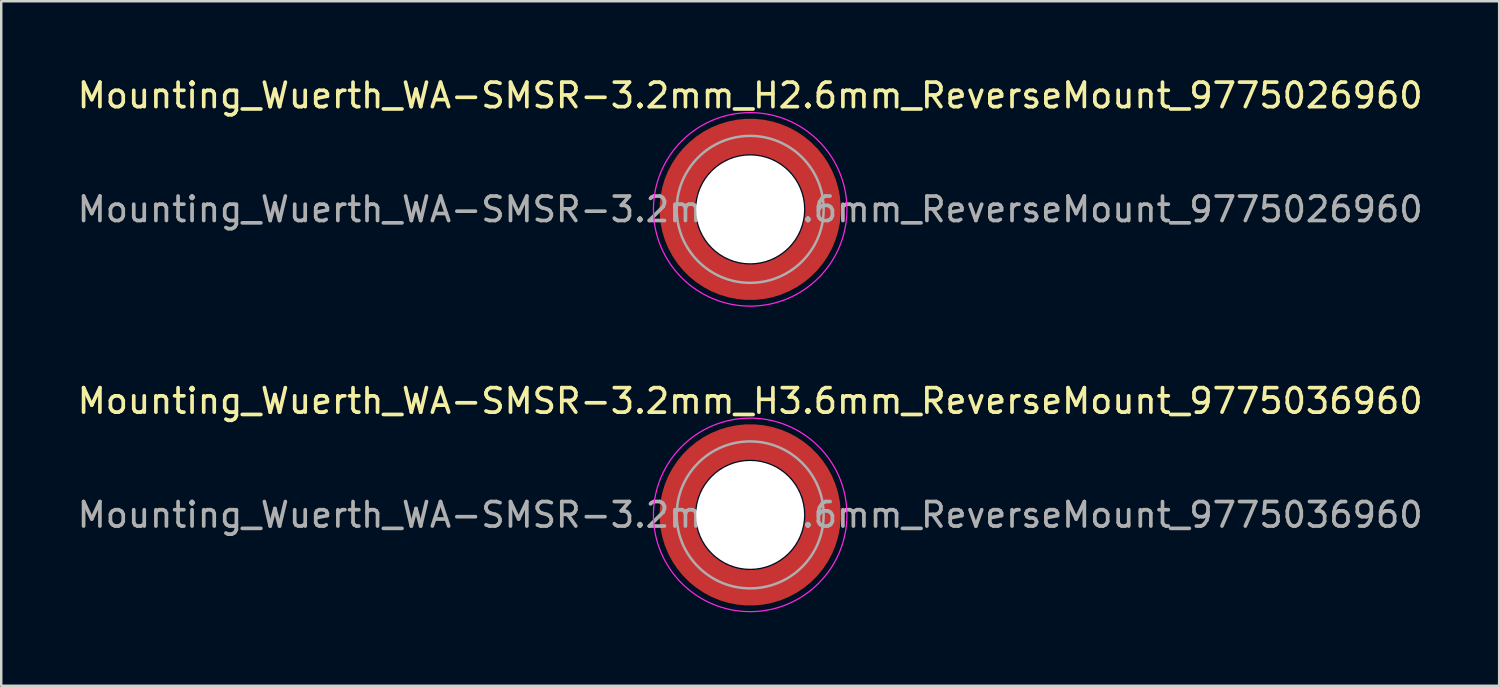
<source format=kicad_pcb>
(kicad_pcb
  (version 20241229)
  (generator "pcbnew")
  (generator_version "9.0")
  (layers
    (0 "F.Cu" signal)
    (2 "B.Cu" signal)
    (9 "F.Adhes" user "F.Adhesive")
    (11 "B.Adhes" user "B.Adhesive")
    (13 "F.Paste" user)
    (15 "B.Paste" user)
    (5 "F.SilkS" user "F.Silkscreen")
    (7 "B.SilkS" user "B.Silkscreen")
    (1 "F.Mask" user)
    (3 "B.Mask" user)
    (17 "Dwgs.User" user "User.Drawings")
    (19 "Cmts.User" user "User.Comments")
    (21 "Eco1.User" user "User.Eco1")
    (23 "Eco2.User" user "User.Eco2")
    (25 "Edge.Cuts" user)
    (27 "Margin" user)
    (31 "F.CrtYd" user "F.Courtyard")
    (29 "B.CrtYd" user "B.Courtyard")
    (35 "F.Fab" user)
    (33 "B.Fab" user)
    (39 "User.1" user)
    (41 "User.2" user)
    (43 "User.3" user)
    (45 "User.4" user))
  (footprint "Mounting_Wuerth_WA-SMSR-3.2mm_H3.6mm_ReverseMount_9775036960"
    (layer "F.Cu")
    (at 27.577 17.971)
    (property "Reference" "Mounting_Wuerth_WA-SMSR-3.2mm_H3.6mm_ReverseMount_9775036960" (at 0 -4.65 0) (layer "F.SilkS") (effects (font (size 1 1) (thickness 0.15))))
    (attr smd allow_soldermask_bridges)
    (fp_circle (center 0 0) (end 3.95 0) (stroke (width 0.05) (type solid)) (fill no) (layer "F.CrtYd"))
    (fp_circle (center 0 0) (end 3 0) (stroke (width 0.1) (type solid)) (fill no) (layer "F.Fab"))
    (fp_text user "${REFERENCE}" (at 0 0 0) (layer "F.Fab") (effects (font (size 1 1) (thickness 0.15))))
    (pad "" smd custom (at -2.095 -2.095) (size 0.672 0.672) (layers "F.Paste") (options (anchor circle)) (primitives (gr_arc (start -0.24231 1.594804) (mid 0.404819 0.404819) (end 1.594804 -0.24231) (width 0.2)) (gr_arc (start -0.3398 1.594804) (mid 0.337349 0.337349) (end 1.594804 -0.3398) (width 0.2)) (gr_arc (start -0.437132 1.594804) (mid 0.269879 0.269879) (end 1.594804 -0.437132) (width 0.2)) (gr_arc (start -0.534324 1.594804) (mid 0.202409 0.202409) (end 1.594804 -0.534324) (width 0.2)) (gr_arc (start -0.631391 1.594804) (mid 0.13494 0.13494) (end 1.594804 -0.631391) (width 0.2)) (gr_arc (start -0.728345 1.594804) (mid 0.06747 0.06747) (end 1.594804 -0.728345) (width 0.2)) (gr_arc (start -0.825197 1.594804) (mid 0 0) (end 1.594804 -0.825197) (width 0.2)) (gr_arc (start -0.921958 1.594804) (mid -0.06747 -0.06747) (end 1.594804 -0.921958) (width 0.2)) (gr_arc (start -1.018637 1.594804) (mid -0.13494 -0.13494) (end 1.594804 -1.018637) (width 0.2)) (gr_arc (start -1.115239 1.594804) (mid -0.202409 -0.202409) (end 1.594804 -1.115239) (width 0.2)) (gr_arc (start -1.211773 1.594804) (mid -0.269879 -0.269879) (end 1.594804 -1.211773) (width 0.2)) (gr_arc (start -1.308244 1.594804) (mid -0.337349 -0.337349) (end 1.594804 -1.308244) (width 0.2)) (gr_arc (start -1.404657 1.594804) (mid -0.404819 -0.404819) (end 1.594804 -1.404657) (width 0.2)) (gr_arc (start -1.404657 1.594804) (mid -0.404819 -0.404819) (end 1.594804 -1.404657) (width 0.2)) (gr_line (start 1.595 -0.242) (end 1.595 -1.405) (width 0.2)) (gr_line (start -0.242 1.595) (end -1.405 1.595) (width 0.2))))
    (pad "" smd custom (at -2.095 2.095) (size 0.672 0.672) (layers "F.Paste") (options (anchor circle)) (primitives (gr_arc (start 1.594804 0.24231) (mid 0.404819 -0.404819) (end -0.24231 -1.594804) (width 0.2)) (gr_arc (start 1.594804 0.3398) (mid 0.337349 -0.337349) (end -0.3398 -1.594804) (width 0.2)) (gr_arc (start 1.594804 0.437132) (mid 0.269879 -0.269879) (end -0.437132 -1.594804) (width 0.2)) (gr_arc (start 1.594804 0.534324) (mid 0.202409 -0.202409) (end -0.534324 -1.594804) (width 0.2)) (gr_arc (start 1.594804 0.631391) (mid 0.13494 -0.13494) (end -0.631391 -1.594804) (width 0.2)) (gr_arc (start 1.594804 0.728345) (mid 0.06747 -0.06747) (end -0.728345 -1.594804) (width 0.2)) (gr_arc (start 1.594804 0.825197) (mid 0 0) (end -0.825197 -1.594804) (width 0.2)) (gr_arc (start 1.594804 0.921958) (mid -0.06747 0.06747) (end -0.921958 -1.594804) (width 0.2)) (gr_arc (start 1.594804 1.018637) (mid -0.13494 0.13494) (end -1.018637 -1.594804) (width 0.2)) (gr_arc (start 1.594804 1.115239) (mid -0.202409 0.202409) (end -1.115239 -1.594804) (width 0.2)) (gr_arc (start 1.594804 1.211773) (mid -0.269879 0.269879) (end -1.211773 -1.594804) (width 0.2)) (gr_arc (start 1.594804 1.308244) (mid -0.337349 0.337349) (end -1.308244 -1.594804) (width 0.2)) (gr_arc (start 1.594804 1.404657) (mid -0.404819 0.404819) (end -1.404657 -1.594804) (width 0.2)) (gr_arc (start 1.594804 1.404657) (mid -0.404819 0.404819) (end -1.404657 -1.594804) (width 0.2)) (gr_line (start -0.242 -1.595) (end -1.405 -1.595) (width 0.2)) (gr_line (start 1.595 0.242) (end 1.595 1.405) (width 0.2))))
    (pad "" np_thru_hole circle (at 0 0) (size 4.4 4.4) (drill 4.4) (layers "*.Cu" "*.Mask"))
    (pad "" smd custom (at 2.095 -2.095) (size 0.672 0.672) (layers "F.Paste") (options (anchor circle)) (primitives (gr_arc (start -1.594804 -0.24231) (mid -0.404819 0.404819) (end 0.24231 1.594804) (width 0.2)) (gr_arc (start -1.594804 -0.3398) (mid -0.337349 0.337349) (end 0.3398 1.594804) (width 0.2)) (gr_arc (start -1.594804 -0.437132) (mid -0.269879 0.269879) (end 0.437132 1.594804) (width 0.2)) (gr_arc (start -1.594804 -0.534324) (mid -0.202409 0.202409) (end 0.534324 1.594804) (width 0.2)) (gr_arc (start -1.594804 -0.631391) (mid -0.13494 0.13494) (end 0.631391 1.594804) (width 0.2)) (gr_arc (start -1.594804 -0.728345) (mid -0.06747 0.06747) (end 0.728345 1.594804) (width 0.2)) (gr_arc (start -1.594804 -0.825197) (mid 0 0) (end 0.825197 1.594804) (width 0.2)) (gr_arc (start -1.594804 -0.921958) (mid 0.06747 -0.06747) (end 0.921958 1.594804) (width 0.2)) (gr_arc (start -1.594804 -1.018637) (mid 0.13494 -0.13494) (end 1.018637 1.594804) (width 0.2)) (gr_arc (start -1.594804 -1.115239) (mid 0.202409 -0.202409) (end 1.115239 1.594804) (width 0.2)) (gr_arc (start -1.594804 -1.211773) (mid 0.269879 -0.269879) (end 1.211773 1.594804) (width 0.2)) (gr_arc (start -1.594804 -1.308244) (mid 0.337349 -0.337349) (end 1.308244 1.594804) (width 0.2)) (gr_arc (start -1.594804 -1.404657) (mid 0.404819 -0.404819) (end 1.404657 1.594804) (width 0.2)) (gr_arc (start -1.594804 -1.404657) (mid 0.404819 -0.404819) (end 1.404657 1.594804) (width 0.2)) (gr_line (start 0.242 1.595) (end 1.405 1.595) (width 0.2)) (gr_line (start -1.595 -0.242) (end -1.595 -1.405) (width 0.2))))
    (pad "" smd custom (at 2.095 2.095) (size 0.672 0.672) (layers "F.Paste") (options (anchor circle)) (primitives (gr_arc (start 0.24231 -1.594804) (mid -0.404819 -0.404819) (end -1.594804 0.24231) (width 0.2)) (gr_arc (start 0.3398 -1.594804) (mid -0.337349 -0.337349) (end -1.594804 0.3398) (width 0.2)) (gr_arc (start 0.437132 -1.594804) (mid -0.269879 -0.269879) (end -1.594804 0.437132) (width 0.2)) (gr_arc (start 0.534324 -1.594804) (mid -0.202409 -0.202409) (end -1.594804 0.534324) (width 0.2)) (gr_arc (start 0.631391 -1.594804) (mid -0.13494 -0.13494) (end -1.594804 0.631391) (width 0.2)) (gr_arc (start 0.728345 -1.594804) (mid -0.06747 -0.06747) (end -1.594804 0.728345) (width 0.2)) (gr_arc (start 0.825197 -1.594804) (mid 0 0) (end -1.594804 0.825197) (width 0.2)) (gr_arc (start 0.921958 -1.594804) (mid 0.06747 0.06747) (end -1.594804 0.921958) (width 0.2)) (gr_arc (start 1.018637 -1.594804) (mid 0.13494 0.13494) (end -1.594804 1.018637) (width 0.2)) (gr_arc (start 1.115239 -1.594804) (mid 0.202409 0.202409) (end -1.594804 1.115239) (width 0.2)) (gr_arc (start 1.211773 -1.594804) (mid 0.269879 0.269879) (end -1.594804 1.211773) (width 0.2)) (gr_arc (start 1.308244 -1.594804) (mid 0.337349 0.337349) (end -1.594804 1.308244) (width 0.2)) (gr_arc (start 1.404657 -1.594804) (mid 0.404819 0.404819) (end -1.594804 1.404657) (width 0.2)) (gr_arc (start 1.404657 -1.594804) (mid 0.404819 0.404819) (end -1.594804 1.404657) (width 0.2)) (gr_line (start -1.595 0.242) (end -1.595 1.405) (width 0.2)) (gr_line (start 0.242 -1.595) (end 1.405 -1.595) (width 0.2))))
    (pad "1" smd circle (at -2.975 0) (size 0.942 0.942) (layers "F.Cu"))
    (pad "1" smd circle (at 0 -2.975) (size 0.942 0.942) (layers "F.Cu"))
    (pad "1" smd circle (at 0 2.975) (size 0.942 0.942) (layers "F.Cu"))
    (pad "1" smd custom (at 2.975 0) (size 1.45 1.45) (layers "F.Cu" "F.Mask") (options (anchor circle)) (primitives (gr_circle (center -2.975 0) (end 0 0) (width 1.45) (fill no)))))
  (footprint "Mounting_Wuerth_WA-SMSR-3.2mm_H2.6mm_ReverseMount_9775026960"
    (layer "F.Cu")
    (at 27.577 5.498)
    (property "Reference" "Mounting_Wuerth_WA-SMSR-3.2mm_H2.6mm_ReverseMount_9775026960" (at 0 -4.65 0) (layer "F.SilkS") (effects (font (size 1 1) (thickness 0.15))))
    (attr smd allow_soldermask_bridges)
    (fp_circle (center 0 0) (end 3.95 0) (stroke (width 0.05) (type solid)) (fill no) (layer "F.CrtYd"))
    (fp_circle (center 0 0) (end 3 0) (stroke (width 0.1) (type solid)) (fill no) (layer "F.Fab"))
    (fp_text user "${REFERENCE}" (at 0 0 0) (layer "F.Fab") (effects (font (size 1 1) (thickness 0.15))))
    (pad "" smd custom (at -2.095 -2.095) (size 0.672 0.672) (layers "F.Paste") (options (anchor circle)) (primitives (gr_arc (start -0.24231 1.594804) (mid 0.404819 0.404819) (end 1.594804 -0.24231) (width 0.2)) (gr_arc (start -0.3398 1.594804) (mid 0.337349 0.337349) (end 1.594804 -0.3398) (width 0.2)) (gr_arc (start -0.437132 1.594804) (mid 0.269879 0.269879) (end 1.594804 -0.437132) (width 0.2)) (gr_arc (start -0.534324 1.594804) (mid 0.202409 0.202409) (end 1.594804 -0.534324) (width 0.2)) (gr_arc (start -0.631391 1.594804) (mid 0.13494 0.13494) (end 1.594804 -0.631391) (width 0.2)) (gr_arc (start -0.728345 1.594804) (mid 0.06747 0.06747) (end 1.594804 -0.728345) (width 0.2)) (gr_arc (start -0.825197 1.594804) (mid 0 0) (end 1.594804 -0.825197) (width 0.2)) (gr_arc (start -0.921958 1.594804) (mid -0.06747 -0.06747) (end 1.594804 -0.921958) (width 0.2)) (gr_arc (start -1.018637 1.594804) (mid -0.13494 -0.13494) (end 1.594804 -1.018637) (width 0.2)) (gr_arc (start -1.115239 1.594804) (mid -0.202409 -0.202409) (end 1.594804 -1.115239) (width 0.2)) (gr_arc (start -1.211773 1.594804) (mid -0.269879 -0.269879) (end 1.594804 -1.211773) (width 0.2)) (gr_arc (start -1.308244 1.594804) (mid -0.337349 -0.337349) (end 1.594804 -1.308244) (width 0.2)) (gr_arc (start -1.404657 1.594804) (mid -0.404819 -0.404819) (end 1.594804 -1.404657) (width 0.2)) (gr_arc (start -1.404657 1.594804) (mid -0.404819 -0.404819) (end 1.594804 -1.404657) (width 0.2)) (gr_line (start 1.595 -0.242) (end 1.595 -1.405) (width 0.2)) (gr_line (start -0.242 1.595) (end -1.405 1.595) (width 0.2))))
    (pad "" smd custom (at -2.095 2.095) (size 0.672 0.672) (layers "F.Paste") (options (anchor circle)) (primitives (gr_arc (start 1.594804 0.24231) (mid 0.404819 -0.404819) (end -0.24231 -1.594804) (width 0.2)) (gr_arc (start 1.594804 0.3398) (mid 0.337349 -0.337349) (end -0.3398 -1.594804) (width 0.2)) (gr_arc (start 1.594804 0.437132) (mid 0.269879 -0.269879) (end -0.437132 -1.594804) (width 0.2)) (gr_arc (start 1.594804 0.534324) (mid 0.202409 -0.202409) (end -0.534324 -1.594804) (width 0.2)) (gr_arc (start 1.594804 0.631391) (mid 0.13494 -0.13494) (end -0.631391 -1.594804) (width 0.2)) (gr_arc (start 1.594804 0.728345) (mid 0.06747 -0.06747) (end -0.728345 -1.594804) (width 0.2)) (gr_arc (start 1.594804 0.825197) (mid 0 0) (end -0.825197 -1.594804) (width 0.2)) (gr_arc (start 1.594804 0.921958) (mid -0.06747 0.06747) (end -0.921958 -1.594804) (width 0.2)) (gr_arc (start 1.594804 1.018637) (mid -0.13494 0.13494) (end -1.018637 -1.594804) (width 0.2)) (gr_arc (start 1.594804 1.115239) (mid -0.202409 0.202409) (end -1.115239 -1.594804) (width 0.2)) (gr_arc (start 1.594804 1.211773) (mid -0.269879 0.269879) (end -1.211773 -1.594804) (width 0.2)) (gr_arc (start 1.594804 1.308244) (mid -0.337349 0.337349) (end -1.308244 -1.594804) (width 0.2)) (gr_arc (start 1.594804 1.404657) (mid -0.404819 0.404819) (end -1.404657 -1.594804) (width 0.2)) (gr_arc (start 1.594804 1.404657) (mid -0.404819 0.404819) (end -1.404657 -1.594804) (width 0.2)) (gr_line (start -0.242 -1.595) (end -1.405 -1.595) (width 0.2)) (gr_line (start 1.595 0.242) (end 1.595 1.405) (width 0.2))))
    (pad "" np_thru_hole circle (at 0 0) (size 4.4 4.4) (drill 4.4) (layers "*.Cu" "*.Mask"))
    (pad "" smd custom (at 2.095 -2.095) (size 0.672 0.672) (layers "F.Paste") (options (anchor circle)) (primitives (gr_arc (start -1.594804 -0.24231) (mid -0.404819 0.404819) (end 0.24231 1.594804) (width 0.2)) (gr_arc (start -1.594804 -0.3398) (mid -0.337349 0.337349) (end 0.3398 1.594804) (width 0.2)) (gr_arc (start -1.594804 -0.437132) (mid -0.269879 0.269879) (end 0.437132 1.594804) (width 0.2)) (gr_arc (start -1.594804 -0.534324) (mid -0.202409 0.202409) (end 0.534324 1.594804) (width 0.2)) (gr_arc (start -1.594804 -0.631391) (mid -0.13494 0.13494) (end 0.631391 1.594804) (width 0.2)) (gr_arc (start -1.594804 -0.728345) (mid -0.06747 0.06747) (end 0.728345 1.594804) (width 0.2)) (gr_arc (start -1.594804 -0.825197) (mid 0 0) (end 0.825197 1.594804) (width 0.2)) (gr_arc (start -1.594804 -0.921958) (mid 0.06747 -0.06747) (end 0.921958 1.594804) (width 0.2)) (gr_arc (start -1.594804 -1.018637) (mid 0.13494 -0.13494) (end 1.018637 1.594804) (width 0.2)) (gr_arc (start -1.594804 -1.115239) (mid 0.202409 -0.202409) (end 1.115239 1.594804) (width 0.2)) (gr_arc (start -1.594804 -1.211773) (mid 0.269879 -0.269879) (end 1.211773 1.594804) (width 0.2)) (gr_arc (start -1.594804 -1.308244) (mid 0.337349 -0.337349) (end 1.308244 1.594804) (width 0.2)) (gr_arc (start -1.594804 -1.404657) (mid 0.404819 -0.404819) (end 1.404657 1.594804) (width 0.2)) (gr_arc (start -1.594804 -1.404657) (mid 0.404819 -0.404819) (end 1.404657 1.594804) (width 0.2)) (gr_line (start 0.242 1.595) (end 1.405 1.595) (width 0.2)) (gr_line (start -1.595 -0.242) (end -1.595 -1.405) (width 0.2))))
    (pad "" smd custom (at 2.095 2.095) (size 0.672 0.672) (layers "F.Paste") (options (anchor circle)) (primitives (gr_arc (start 0.24231 -1.594804) (mid -0.404819 -0.404819) (end -1.594804 0.24231) (width 0.2)) (gr_arc (start 0.3398 -1.594804) (mid -0.337349 -0.337349) (end -1.594804 0.3398) (width 0.2)) (gr_arc (start 0.437132 -1.594804) (mid -0.269879 -0.269879) (end -1.594804 0.437132) (width 0.2)) (gr_arc (start 0.534324 -1.594804) (mid -0.202409 -0.202409) (end -1.594804 0.534324) (width 0.2)) (gr_arc (start 0.631391 -1.594804) (mid -0.13494 -0.13494) (end -1.594804 0.631391) (width 0.2)) (gr_arc (start 0.728345 -1.594804) (mid -0.06747 -0.06747) (end -1.594804 0.728345) (width 0.2)) (gr_arc (start 0.825197 -1.594804) (mid 0 0) (end -1.594804 0.825197) (width 0.2)) (gr_arc (start 0.921958 -1.594804) (mid 0.06747 0.06747) (end -1.594804 0.921958) (width 0.2)) (gr_arc (start 1.018637 -1.594804) (mid 0.13494 0.13494) (end -1.594804 1.018637) (width 0.2)) (gr_arc (start 1.115239 -1.594804) (mid 0.202409 0.202409) (end -1.594804 1.115239) (width 0.2)) (gr_arc (start 1.211773 -1.594804) (mid 0.269879 0.269879) (end -1.594804 1.211773) (width 0.2)) (gr_arc (start 1.308244 -1.594804) (mid 0.337349 0.337349) (end -1.594804 1.308244) (width 0.2)) (gr_arc (start 1.404657 -1.594804) (mid 0.404819 0.404819) (end -1.594804 1.404657) (width 0.2)) (gr_arc (start 1.404657 -1.594804) (mid 0.404819 0.404819) (end -1.594804 1.404657) (width 0.2)) (gr_line (start -1.595 0.242) (end -1.595 1.405) (width 0.2)) (gr_line (start 0.242 -1.595) (end 1.405 -1.595) (width 0.2))))
    (pad "1" smd circle (at -2.975 0) (size 0.942 0.942) (layers "F.Cu"))
    (pad "1" smd circle (at 0 -2.975) (size 0.942 0.942) (layers "F.Cu"))
    (pad "1" smd circle (at 0 2.975) (size 0.942 0.942) (layers "F.Cu"))
    (pad "1" smd custom (at 2.975 0) (size 1.45 1.45) (layers "F.Cu" "F.Mask") (options (anchor circle)) (primitives (gr_circle (center -2.975 0) (end 0 0) (width 1.45) (fill no)))))
  (gr_rect
    (start -3 -3)
    (end 58.155 24.947)
    (stroke (width 0.1) (type default))
    (fill no)
    (layer "Edge.Cuts")))
</source>
